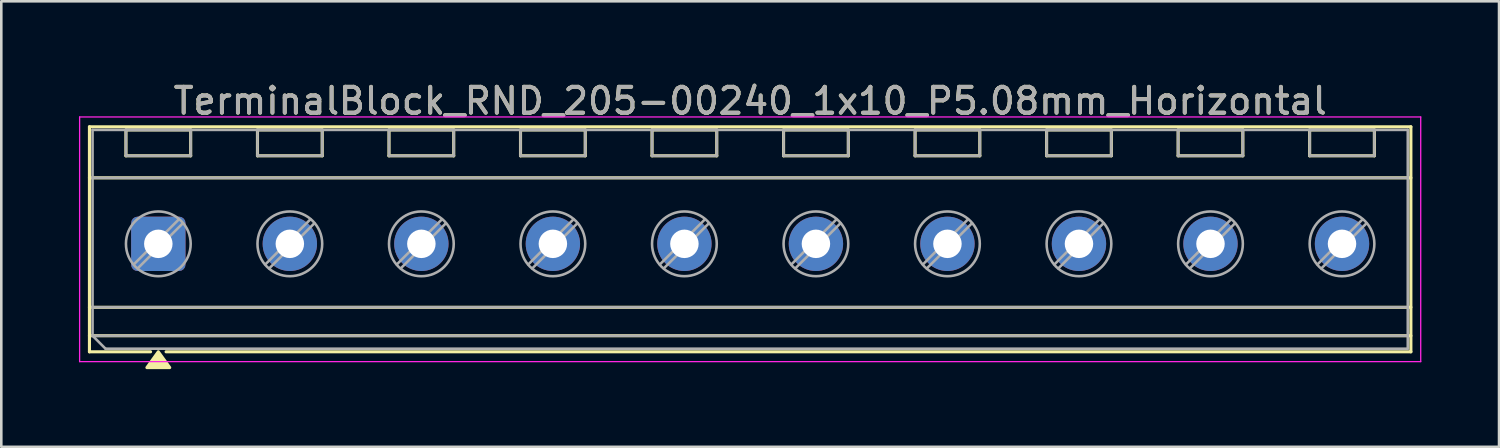
<source format=kicad_pcb>
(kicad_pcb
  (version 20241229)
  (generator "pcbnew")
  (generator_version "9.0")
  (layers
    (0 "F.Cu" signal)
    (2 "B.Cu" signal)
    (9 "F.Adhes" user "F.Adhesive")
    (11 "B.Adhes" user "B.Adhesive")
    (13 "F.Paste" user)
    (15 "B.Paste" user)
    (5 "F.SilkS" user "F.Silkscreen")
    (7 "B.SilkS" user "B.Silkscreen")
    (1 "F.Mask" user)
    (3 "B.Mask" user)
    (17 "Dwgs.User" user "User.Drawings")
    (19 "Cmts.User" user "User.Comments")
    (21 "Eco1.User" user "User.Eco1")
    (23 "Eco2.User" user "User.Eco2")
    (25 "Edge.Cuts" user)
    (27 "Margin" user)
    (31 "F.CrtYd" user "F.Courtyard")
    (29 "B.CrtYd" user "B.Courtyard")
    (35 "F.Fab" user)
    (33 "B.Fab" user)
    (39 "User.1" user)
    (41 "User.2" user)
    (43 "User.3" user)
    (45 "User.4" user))
  (footprint "TerminalBlock_RND_205-00240_1x10_P5.08mm_Horizontal"
    (layer "F.Cu")
    (at 3.065 6.368)
    (property "Reference" "TerminalBlock_RND_205-00240_1x10_P5.08mm_Horizontal" (at 22.86 -5.52 0) (layer "F.SilkS") (effects (font (size 1 1) (thickness 0.15))))
    (attr through_hole)
    (fp_line (start -2.66 -4.52) (end -2.66 4.17) (stroke (width 0.12) (type solid)) (layer "F.SilkS"))
    (fp_line (start -2.66 -4.52) (end 48.38 -4.52) (stroke (width 0.12) (type solid)) (layer "F.SilkS"))
    (fp_line (start -2.66 -2.55) (end 48.38 -2.55) (stroke (width 0.12) (type solid)) (layer "F.SilkS"))
    (fp_line (start -2.66 2.45) (end 48.38 2.45) (stroke (width 0.12) (type solid)) (layer "F.SilkS"))
    (fp_line (start -2.66 3.55) (end 48.38 3.55) (stroke (width 0.12) (type solid)) (layer "F.SilkS"))
    (fp_line (start -2.66 4.17) (end -0.3 4.17) (stroke (width 0.12) (type solid)) (layer "F.SilkS"))
    (fp_line (start -1.25 -4.4) (end -1.25 -3.4) (stroke (width 0.12) (type solid)) (layer "F.SilkS"))
    (fp_line (start -1.25 -4.4) (end 1.25 -4.4) (stroke (width 0.12) (type solid)) (layer "F.SilkS"))
    (fp_line (start -1.25 -3.4) (end 1.25 -3.4) (stroke (width 0.12) (type solid)) (layer "F.SilkS"))
    (fp_line (start 0.3 4.17) (end 48.38 4.17) (stroke (width 0.12) (type solid)) (layer "F.SilkS"))
    (fp_line (start 1.25 -4.4) (end 1.25 -3.4) (stroke (width 0.12) (type solid)) (layer "F.SilkS"))
    (fp_line (start 3.83 -4.4) (end 3.83 -3.4) (stroke (width 0.12) (type solid)) (layer "F.SilkS"))
    (fp_line (start 3.83 -4.4) (end 6.33 -4.4) (stroke (width 0.12) (type solid)) (layer "F.SilkS"))
    (fp_line (start 3.83 -3.4) (end 6.33 -3.4) (stroke (width 0.12) (type solid)) (layer "F.SilkS"))
    (fp_line (start 6.33 -4.4) (end 6.33 -3.4) (stroke (width 0.12) (type solid)) (layer "F.SilkS"))
    (fp_line (start 8.91 -4.4) (end 8.91 -3.4) (stroke (width 0.12) (type solid)) (layer "F.SilkS"))
    (fp_line (start 8.91 -4.4) (end 11.41 -4.4) (stroke (width 0.12) (type solid)) (layer "F.SilkS"))
    (fp_line (start 8.91 -3.4) (end 11.41 -3.4) (stroke (width 0.12) (type solid)) (layer "F.SilkS"))
    (fp_line (start 11.41 -4.4) (end 11.41 -3.4) (stroke (width 0.12) (type solid)) (layer "F.SilkS"))
    (fp_line (start 13.99 -4.4) (end 13.99 -3.4) (stroke (width 0.12) (type solid)) (layer "F.SilkS"))
    (fp_line (start 13.99 -4.4) (end 16.49 -4.4) (stroke (width 0.12) (type solid)) (layer "F.SilkS"))
    (fp_line (start 13.99 -3.4) (end 16.49 -3.4) (stroke (width 0.12) (type solid)) (layer "F.SilkS"))
    (fp_line (start 16.49 -4.4) (end 16.49 -3.4) (stroke (width 0.12) (type solid)) (layer "F.SilkS"))
    (fp_line (start 19.07 -4.4) (end 19.07 -3.4) (stroke (width 0.12) (type solid)) (layer "F.SilkS"))
    (fp_line (start 19.07 -4.4) (end 21.57 -4.4) (stroke (width 0.12) (type solid)) (layer "F.SilkS"))
    (fp_line (start 19.07 -3.4) (end 21.57 -3.4) (stroke (width 0.12) (type solid)) (layer "F.SilkS"))
    (fp_line (start 21.57 -4.4) (end 21.57 -3.4) (stroke (width 0.12) (type solid)) (layer "F.SilkS"))
    (fp_line (start 24.15 -4.4) (end 24.15 -3.4) (stroke (width 0.12) (type solid)) (layer "F.SilkS"))
    (fp_line (start 24.15 -4.4) (end 26.65 -4.4) (stroke (width 0.12) (type solid)) (layer "F.SilkS"))
    (fp_line (start 24.15 -3.4) (end 26.65 -3.4) (stroke (width 0.12) (type solid)) (layer "F.SilkS"))
    (fp_line (start 26.65 -4.4) (end 26.65 -3.4) (stroke (width 0.12) (type solid)) (layer "F.SilkS"))
    (fp_line (start 29.23 -4.4) (end 29.23 -3.4) (stroke (width 0.12) (type solid)) (layer "F.SilkS"))
    (fp_line (start 29.23 -4.4) (end 31.73 -4.4) (stroke (width 0.12) (type solid)) (layer "F.SilkS"))
    (fp_line (start 29.23 -3.4) (end 31.73 -3.4) (stroke (width 0.12) (type solid)) (layer "F.SilkS"))
    (fp_line (start 31.73 -4.4) (end 31.73 -3.4) (stroke (width 0.12) (type solid)) (layer "F.SilkS"))
    (fp_line (start 34.31 -4.4) (end 34.31 -3.4) (stroke (width 0.12) (type solid)) (layer "F.SilkS"))
    (fp_line (start 34.31 -4.4) (end 36.81 -4.4) (stroke (width 0.12) (type solid)) (layer "F.SilkS"))
    (fp_line (start 34.31 -3.4) (end 36.81 -3.4) (stroke (width 0.12) (type solid)) (layer "F.SilkS"))
    (fp_line (start 36.81 -4.4) (end 36.81 -3.4) (stroke (width 0.12) (type solid)) (layer "F.SilkS"))
    (fp_line (start 39.39 -4.4) (end 39.39 -3.4) (stroke (width 0.12) (type solid)) (layer "F.SilkS"))
    (fp_line (start 39.39 -4.4) (end 41.89 -4.4) (stroke (width 0.12) (type solid)) (layer "F.SilkS"))
    (fp_line (start 39.39 -3.4) (end 41.89 -3.4) (stroke (width 0.12) (type solid)) (layer "F.SilkS"))
    (fp_line (start 41.89 -4.4) (end 41.89 -3.4) (stroke (width 0.12) (type solid)) (layer "F.SilkS"))
    (fp_line (start 44.47 -4.4) (end 44.47 -3.4) (stroke (width 0.12) (type solid)) (layer "F.SilkS"))
    (fp_line (start 44.47 -4.4) (end 46.97 -4.4) (stroke (width 0.12) (type solid)) (layer "F.SilkS"))
    (fp_line (start 44.47 -3.4) (end 46.97 -3.4) (stroke (width 0.12) (type solid)) (layer "F.SilkS"))
    (fp_line (start 46.97 -4.4) (end 46.97 -3.4) (stroke (width 0.12) (type solid)) (layer "F.SilkS"))
    (fp_line (start 48.38 -4.52) (end 48.38 4.17) (stroke (width 0.12) (type solid)) (layer "F.SilkS"))
    (fp_poly (pts (xy 0 4.17) (xy 0.44 4.78) (xy -0.44 4.78)) (stroke (width 0.12) (type solid)) (fill yes) (layer "F.SilkS"))
    (fp_line (start -3.04 -4.9) (end -3.04 4.55) (stroke (width 0.05) (type solid)) (layer "F.CrtYd"))
    (fp_line (start -3.04 4.55) (end 48.76 4.55) (stroke (width 0.05) (type solid)) (layer "F.CrtYd"))
    (fp_line (start 48.76 -4.9) (end -3.04 -4.9) (stroke (width 0.05) (type solid)) (layer "F.CrtYd"))
    (fp_line (start 48.76 4.55) (end 48.76 -4.9) (stroke (width 0.05) (type solid)) (layer "F.CrtYd"))
    (fp_line (start -2.54 -4.4) (end 48.26 -4.4) (stroke (width 0.1) (type solid)) (layer "F.Fab"))
    (fp_line (start -2.54 -2.55) (end 48.26 -2.55) (stroke (width 0.1) (type solid)) (layer "F.Fab"))
    (fp_line (start -2.54 2.45) (end 48.26 2.45) (stroke (width 0.1) (type solid)) (layer "F.Fab"))
    (fp_line (start -2.54 3.55) (end -2.54 -4.4) (stroke (width 0.1) (type solid)) (layer "F.Fab"))
    (fp_line (start -2.54 3.55) (end 48.26 3.55) (stroke (width 0.1) (type solid)) (layer "F.Fab"))
    (fp_line (start -2.04 4.05) (end -2.54 3.55) (stroke (width 0.1) (type solid)) (layer "F.Fab"))
    (fp_line (start -1.25 -4.4) (end -1.25 -3.4) (stroke (width 0.1) (type solid)) (layer "F.Fab"))
    (fp_line (start -1.25 -3.4) (end 1.25 -3.4) (stroke (width 0.1) (type solid)) (layer "F.Fab"))
    (fp_line (start 0.796 -0.948) (end -0.948 0.795) (stroke (width 0.1) (type solid)) (layer "F.Fab"))
    (fp_line (start 0.948 -0.795) (end -0.796 0.948) (stroke (width 0.1) (type solid)) (layer "F.Fab"))
    (fp_line (start 1.25 -4.4) (end -1.25 -4.4) (stroke (width 0.1) (type solid)) (layer "F.Fab"))
    (fp_line (start 1.25 -3.4) (end 1.25 -4.4) (stroke (width 0.1) (type solid)) (layer "F.Fab"))
    (fp_line (start 3.83 -4.4) (end 3.83 -3.4) (stroke (width 0.1) (type solid)) (layer "F.Fab"))
    (fp_line (start 3.83 -3.4) (end 6.33 -3.4) (stroke (width 0.1) (type solid)) (layer "F.Fab"))
    (fp_line (start 5.876 -0.948) (end 4.132 0.795) (stroke (width 0.1) (type solid)) (layer "F.Fab"))
    (fp_line (start 6.028 -0.795) (end 4.284 0.948) (stroke (width 0.1) (type solid)) (layer "F.Fab"))
    (fp_line (start 6.33 -4.4) (end 3.83 -4.4) (stroke (width 0.1) (type solid)) (layer "F.Fab"))
    (fp_line (start 6.33 -3.4) (end 6.33 -4.4) (stroke (width 0.1) (type solid)) (layer "F.Fab"))
    (fp_line (start 8.91 -4.4) (end 8.91 -3.4) (stroke (width 0.1) (type solid)) (layer "F.Fab"))
    (fp_line (start 8.91 -3.4) (end 11.41 -3.4) (stroke (width 0.1) (type solid)) (layer "F.Fab"))
    (fp_line (start 10.956 -0.948) (end 9.212 0.795) (stroke (width 0.1) (type solid)) (layer "F.Fab"))
    (fp_line (start 11.108 -0.795) (end 9.364 0.948) (stroke (width 0.1) (type solid)) (layer "F.Fab"))
    (fp_line (start 11.41 -4.4) (end 8.91 -4.4) (stroke (width 0.1) (type solid)) (layer "F.Fab"))
    (fp_line (start 11.41 -3.4) (end 11.41 -4.4) (stroke (width 0.1) (type solid)) (layer "F.Fab"))
    (fp_line (start 13.99 -4.4) (end 13.99 -3.4) (stroke (width 0.1) (type solid)) (layer "F.Fab"))
    (fp_line (start 13.99 -3.4) (end 16.49 -3.4) (stroke (width 0.1) (type solid)) (layer "F.Fab"))
    (fp_line (start 16.036 -0.948) (end 14.292 0.795) (stroke (width 0.1) (type solid)) (layer "F.Fab"))
    (fp_line (start 16.188 -0.795) (end 14.444 0.948) (stroke (width 0.1) (type solid)) (layer "F.Fab"))
    (fp_line (start 16.49 -4.4) (end 13.99 -4.4) (stroke (width 0.1) (type solid)) (layer "F.Fab"))
    (fp_line (start 16.49 -3.4) (end 16.49 -4.4) (stroke (width 0.1) (type solid)) (layer "F.Fab"))
    (fp_line (start 19.07 -4.4) (end 19.07 -3.4) (stroke (width 0.1) (type solid)) (layer "F.Fab"))
    (fp_line (start 19.07 -3.4) (end 21.57 -3.4) (stroke (width 0.1) (type solid)) (layer "F.Fab"))
    (fp_line (start 21.116 -0.948) (end 19.372 0.795) (stroke (width 0.1) (type solid)) (layer "F.Fab"))
    (fp_line (start 21.268 -0.795) (end 19.524 0.948) (stroke (width 0.1) (type solid)) (layer "F.Fab"))
    (fp_line (start 21.57 -4.4) (end 19.07 -4.4) (stroke (width 0.1) (type solid)) (layer "F.Fab"))
    (fp_line (start 21.57 -3.4) (end 21.57 -4.4) (stroke (width 0.1) (type solid)) (layer "F.Fab"))
    (fp_line (start 24.15 -4.4) (end 24.15 -3.4) (stroke (width 0.1) (type solid)) (layer "F.Fab"))
    (fp_line (start 24.15 -3.4) (end 26.65 -3.4) (stroke (width 0.1) (type solid)) (layer "F.Fab"))
    (fp_line (start 26.196 -0.948) (end 24.452 0.795) (stroke (width 0.1) (type solid)) (layer "F.Fab"))
    (fp_line (start 26.348 -0.795) (end 24.604 0.948) (stroke (width 0.1) (type solid)) (layer "F.Fab"))
    (fp_line (start 26.65 -4.4) (end 24.15 -4.4) (stroke (width 0.1) (type solid)) (layer "F.Fab"))
    (fp_line (start 26.65 -3.4) (end 26.65 -4.4) (stroke (width 0.1) (type solid)) (layer "F.Fab"))
    (fp_line (start 29.23 -4.4) (end 29.23 -3.4) (stroke (width 0.1) (type solid)) (layer "F.Fab"))
    (fp_line (start 29.23 -3.4) (end 31.73 -3.4) (stroke (width 0.1) (type solid)) (layer "F.Fab"))
    (fp_line (start 31.276 -0.948) (end 29.532 0.795) (stroke (width 0.1) (type solid)) (layer "F.Fab"))
    (fp_line (start 31.428 -0.795) (end 29.684 0.948) (stroke (width 0.1) (type solid)) (layer "F.Fab"))
    (fp_line (start 31.73 -4.4) (end 29.23 -4.4) (stroke (width 0.1) (type solid)) (layer "F.Fab"))
    (fp_line (start 31.73 -3.4) (end 31.73 -4.4) (stroke (width 0.1) (type solid)) (layer "F.Fab"))
    (fp_line (start 34.31 -4.4) (end 34.31 -3.4) (stroke (width 0.1) (type solid)) (layer "F.Fab"))
    (fp_line (start 34.31 -3.4) (end 36.81 -3.4) (stroke (width 0.1) (type solid)) (layer "F.Fab"))
    (fp_line (start 36.356 -0.948) (end 34.612 0.795) (stroke (width 0.1) (type solid)) (layer "F.Fab"))
    (fp_line (start 36.508 -0.795) (end 34.764 0.948) (stroke (width 0.1) (type solid)) (layer "F.Fab"))
    (fp_line (start 36.81 -4.4) (end 34.31 -4.4) (stroke (width 0.1) (type solid)) (layer "F.Fab"))
    (fp_line (start 36.81 -3.4) (end 36.81 -4.4) (stroke (width 0.1) (type solid)) (layer "F.Fab"))
    (fp_line (start 39.39 -4.4) (end 39.39 -3.4) (stroke (width 0.1) (type solid)) (layer "F.Fab"))
    (fp_line (start 39.39 -3.4) (end 41.89 -3.4) (stroke (width 0.1) (type solid)) (layer "F.Fab"))
    (fp_line (start 41.436 -0.948) (end 39.692 0.795) (stroke (width 0.1) (type solid)) (layer "F.Fab"))
    (fp_line (start 41.588 -0.795) (end 39.844 0.948) (stroke (width 0.1) (type solid)) (layer "F.Fab"))
    (fp_line (start 41.89 -4.4) (end 39.39 -4.4) (stroke (width 0.1) (type solid)) (layer "F.Fab"))
    (fp_line (start 41.89 -3.4) (end 41.89 -4.4) (stroke (width 0.1) (type solid)) (layer "F.Fab"))
    (fp_line (start 44.47 -4.4) (end 44.47 -3.4) (stroke (width 0.1) (type solid)) (layer "F.Fab"))
    (fp_line (start 44.47 -3.4) (end 46.97 -3.4) (stroke (width 0.1) (type solid)) (layer "F.Fab"))
    (fp_line (start 46.516 -0.948) (end 44.772 0.795) (stroke (width 0.1) (type solid)) (layer "F.Fab"))
    (fp_line (start 46.668 -0.795) (end 44.924 0.948) (stroke (width 0.1) (type solid)) (layer "F.Fab"))
    (fp_line (start 46.97 -4.4) (end 44.47 -4.4) (stroke (width 0.1) (type solid)) (layer "F.Fab"))
    (fp_line (start 46.97 -3.4) (end 46.97 -4.4) (stroke (width 0.1) (type solid)) (layer "F.Fab"))
    (fp_line (start 48.26 -4.4) (end 48.26 4.05) (stroke (width 0.1) (type solid)) (layer "F.Fab"))
    (fp_line (start 48.26 4.05) (end -2.04 4.05) (stroke (width 0.1) (type solid)) (layer "F.Fab"))
    (fp_circle (center 0 0) (end 1.25 0) (stroke (width 0.1) (type solid)) (fill no) (layer "F.Fab"))
    (fp_circle (center 5.08 0) (end 6.33 0) (stroke (width 0.1) (type solid)) (fill no) (layer "F.Fab"))
    (fp_circle (center 10.16 0) (end 11.41 0) (stroke (width 0.1) (type solid)) (fill no) (layer "F.Fab"))
    (fp_circle (center 15.24 0) (end 16.49 0) (stroke (width 0.1) (type solid)) (fill no) (layer "F.Fab"))
    (fp_circle (center 20.32 0) (end 21.57 0) (stroke (width 0.1) (type solid)) (fill no) (layer "F.Fab"))
    (fp_circle (center 25.4 0) (end 26.65 0) (stroke (width 0.1) (type solid)) (fill no) (layer "F.Fab"))
    (fp_circle (center 30.48 0) (end 31.73 0) (stroke (width 0.1) (type solid)) (fill no) (layer "F.Fab"))
    (fp_circle (center 35.56 0) (end 36.81 0) (stroke (width 0.1) (type solid)) (fill no) (layer "F.Fab"))
    (fp_circle (center 40.64 0) (end 41.89 0) (stroke (width 0.1) (type solid)) (fill no) (layer "F.Fab"))
    (fp_circle (center 45.72 0) (end 46.97 0) (stroke (width 0.1) (type solid)) (fill no) (layer "F.Fab"))
    (fp_text user "${REFERENCE}" (at 22.86 -5.52 0) (layer "F.Fab") (effects (font (size 1 1) (thickness 0.15))))
    (pad "1" thru_hole roundrect (at 0 0) (size 2.1 2.1) (drill 1.1) (layers "*.Cu" "*.Mask") (roundrect_rratio 0.119))
    (pad "2" thru_hole circle (at 5.08 0) (size 2.1 2.1) (drill 1.1) (layers "*.Cu" "*.Mask"))
    (pad "3" thru_hole circle (at 10.16 0) (size 2.1 2.1) (drill 1.1) (layers "*.Cu" "*.Mask"))
    (pad "4" thru_hole circle (at 15.24 0) (size 2.1 2.1) (drill 1.1) (layers "*.Cu" "*.Mask"))
    (pad "5" thru_hole circle (at 20.32 0) (size 2.1 2.1) (drill 1.1) (layers "*.Cu" "*.Mask"))
    (pad "6" thru_hole circle (at 25.4 0) (size 2.1 2.1) (drill 1.1) (layers "*.Cu" "*.Mask"))
    (pad "7" thru_hole circle (at 30.48 0) (size 2.1 2.1) (drill 1.1) (layers "*.Cu" "*.Mask"))
    (pad "8" thru_hole circle (at 35.56 0) (size 2.1 2.1) (drill 1.1) (layers "*.Cu" "*.Mask"))
    (pad "9" thru_hole circle (at 40.64 0) (size 2.1 2.1) (drill 1.1) (layers "*.Cu" "*.Mask"))
    (pad "10" thru_hole circle (at 45.72 0) (size 2.1 2.1) (drill 1.1) (layers "*.Cu" "*.Mask")))
  (gr_rect
    (start -3 -3)
    (end 54.85 14.208)
    (stroke (width 0.1) (type default))
    (fill no)
    (layer "Edge.Cuts")))
</source>
